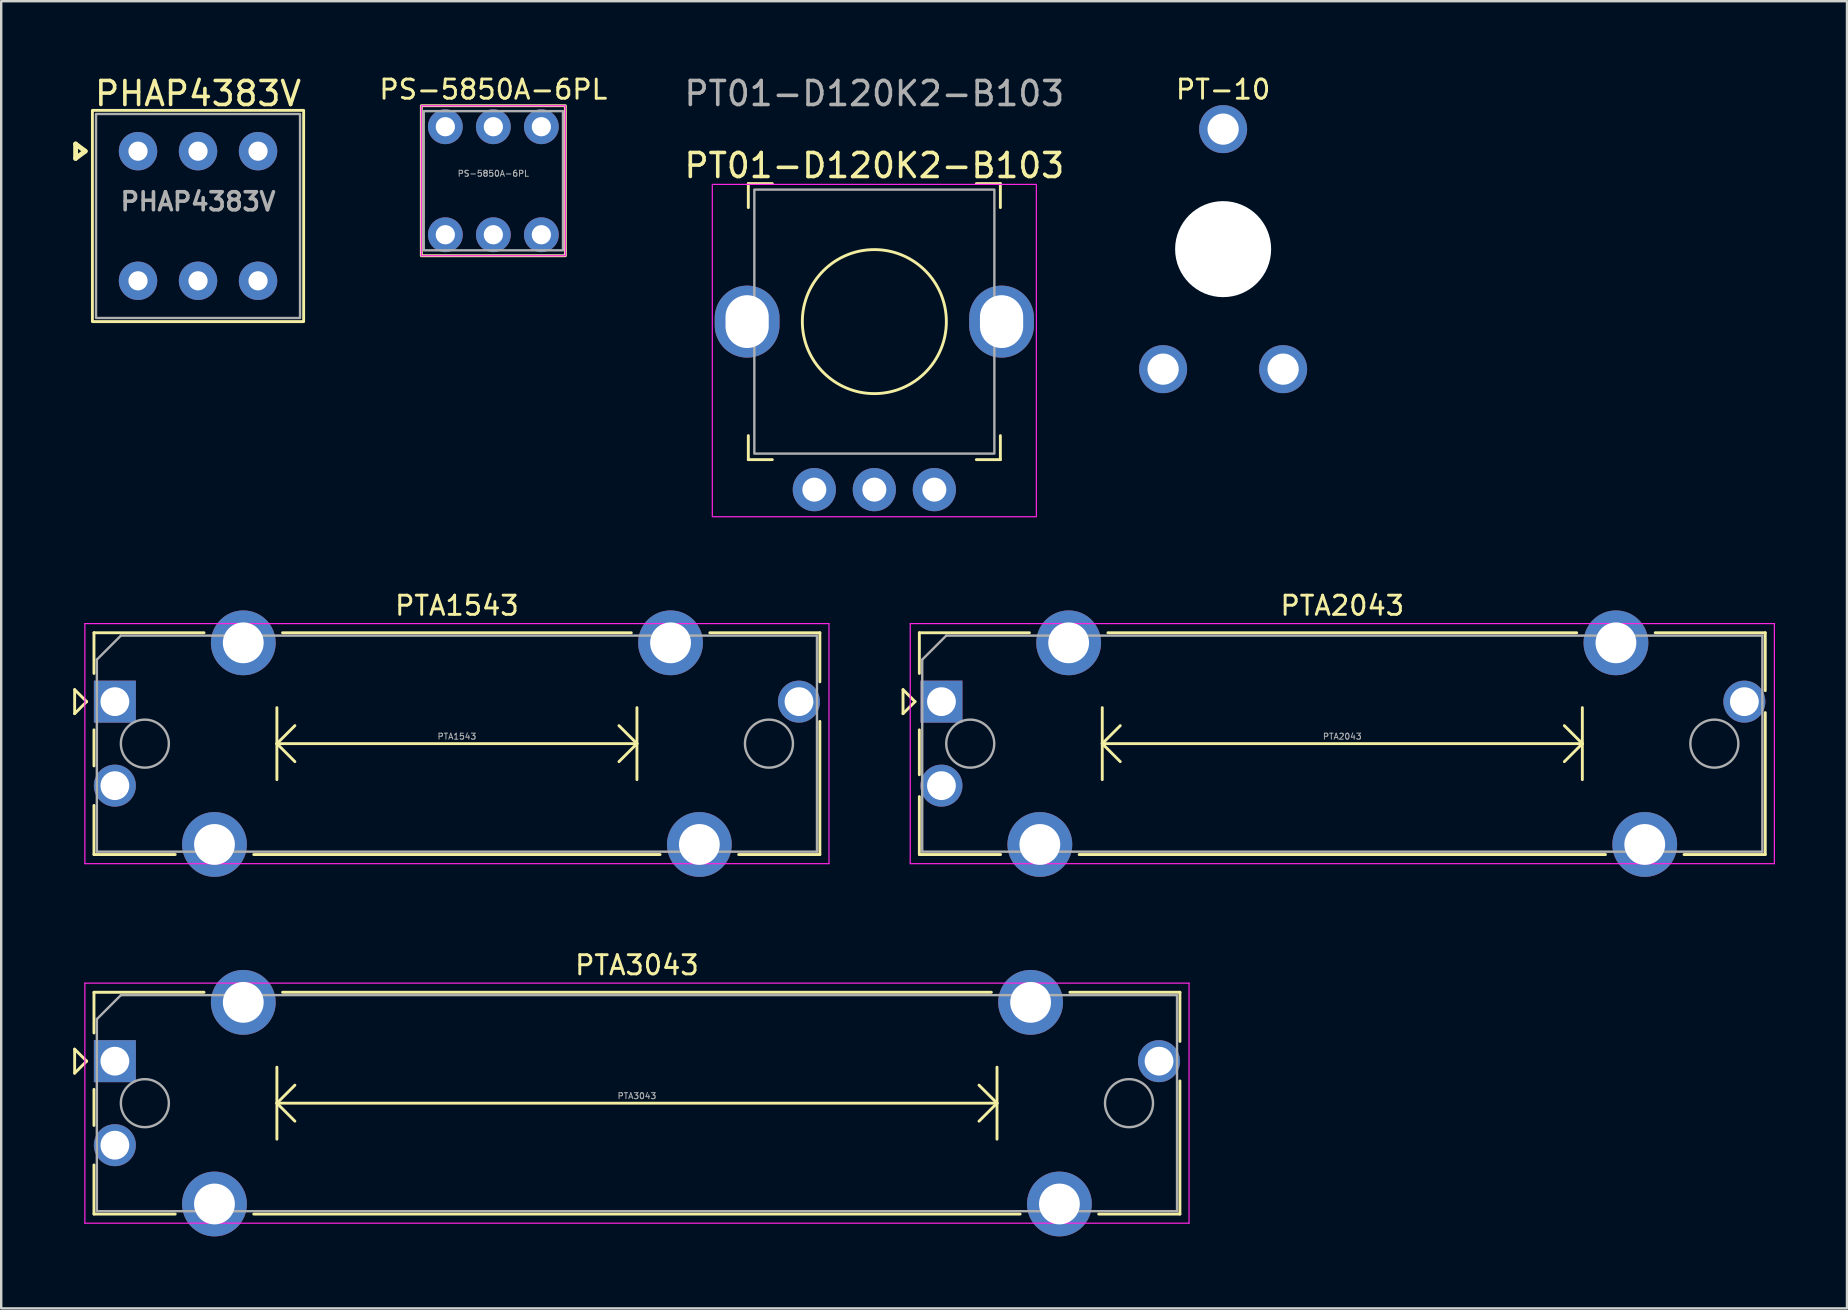
<source format=kicad_pcb>
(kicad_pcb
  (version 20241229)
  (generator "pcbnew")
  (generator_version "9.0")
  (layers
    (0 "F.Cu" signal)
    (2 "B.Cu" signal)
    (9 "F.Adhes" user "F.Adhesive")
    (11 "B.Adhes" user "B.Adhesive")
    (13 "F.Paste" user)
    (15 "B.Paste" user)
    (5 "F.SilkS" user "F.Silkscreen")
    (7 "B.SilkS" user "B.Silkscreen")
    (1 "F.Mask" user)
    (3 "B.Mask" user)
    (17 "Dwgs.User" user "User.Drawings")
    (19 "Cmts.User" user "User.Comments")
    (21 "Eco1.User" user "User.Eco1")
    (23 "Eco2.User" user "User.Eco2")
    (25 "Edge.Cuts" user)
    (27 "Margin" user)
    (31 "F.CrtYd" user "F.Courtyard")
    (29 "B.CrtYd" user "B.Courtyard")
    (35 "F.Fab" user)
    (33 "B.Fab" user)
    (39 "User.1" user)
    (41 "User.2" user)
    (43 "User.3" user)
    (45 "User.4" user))
  (footprint "PT01-D120K2-B103"
    (layer "F.Cu")
    (at 33.375 10.348)
    (property "Reference" "PT01-D120K2-B103" (at 0 -6.5 0) (unlocked yes) (layer "F.SilkS") (effects (font (size 1 1) (thickness 0.15))))
    (attr through_hole)
    (fp_line (start -5.25 -5.75) (end -4.25 -5.75) (stroke (width 0.12) (type solid)) (layer "F.SilkS"))
    (fp_line (start -5.25 -4.75) (end -5.25 -5.75) (stroke (width 0.12) (type solid)) (layer "F.SilkS"))
    (fp_line (start -5.25 5.75) (end -5.25 4.75) (stroke (width 0.12) (type solid)) (layer "F.SilkS"))
    (fp_line (start -4.25 5.75) (end -5.25 5.75) (stroke (width 0.12) (type solid)) (layer "F.SilkS"))
    (fp_line (start 4.25 -5.75) (end 5.25 -5.75) (stroke (width 0.12) (type solid)) (layer "F.SilkS"))
    (fp_line (start 5.25 -5.75) (end 5.25 -4.75) (stroke (width 0.12) (type solid)) (layer "F.SilkS"))
    (fp_line (start 5.25 4.75) (end 5.25 5.75) (stroke (width 0.12) (type solid)) (layer "F.SilkS"))
    (fp_line (start 5.25 5.75) (end 4.25 5.75) (stroke (width 0.12) (type solid)) (layer "F.SilkS"))
    (fp_circle (center 0 0) (end 3 0) (stroke (width 0.12) (type solid)) (fill no) (layer "F.SilkS"))
    (fp_rect (start -6.75 -5.715) (end 6.75 8.128) (stroke (width 0.05) (type solid)) (fill no) (layer "F.CrtYd"))
    (fp_rect (start -5 -5.5) (end 5 5.5) (stroke (width 0.1) (type solid)) (fill no) (layer "F.Fab"))
    (fp_text user "${REFERENCE}" (at 0 -9.5 0) (unlocked yes) (layer "F.Fab") (effects (font (size 1 1) (thickness 0.15))))
    (pad "0" thru_hole oval (at -5.3 0) (size 2.7 3) (drill oval 1.8 2.2) (layers "*.Cu" "*.Mask"))
    (pad "0" thru_hole oval (at 5.3 0) (size 2.7 3) (drill oval 1.8 2.2) (layers "*.Cu" "*.Mask"))
    (pad "1" thru_hole circle (at -2.5 7) (size 1.8 1.8) (drill 1) (layers "*.Cu" "*.Mask"))
    (pad "2" thru_hole circle (at 0 7) (size 1.8 1.8) (drill 1) (layers "*.Cu" "*.Mask"))
    (pad "3" thru_hole circle (at 2.5 7) (size 1.8 1.8) (drill 1) (layers "*.Cu" "*.Mask")))
  (footprint "PTA3043"
    (layer "F.Cu")
    (at 1.735 41.158)
    (property "Reference" "PTA3043" (at 21.75 -4 0) (layer "F.SilkS") (effects (font (size 0.8 0.8) (thickness 0.12))))
    (attr through_hole)
    (fp_line (start -1.675 -0.5) (end -1.675 0.5) (stroke (width 0.12) (type solid)) (layer "F.SilkS"))
    (fp_line (start -1.675 0.5) (end -1.175 0) (stroke (width 0.12) (type solid)) (layer "F.SilkS"))
    (fp_line (start -1.175 0) (end -1.675 -0.5) (stroke (width 0.12) (type solid)) (layer "F.SilkS"))
    (fp_line (start -0.87 -2.87) (end -0.87 -1.175) (stroke (width 0.12) (type solid)) (layer "F.SilkS"))
    (fp_line (start -0.87 -2.87) (end 3.715 -2.87) (stroke (width 0.12) (type solid)) (layer "F.SilkS"))
    (fp_line (start -0.87 1.175) (end -0.87 2.678) (stroke (width 0.12) (type solid)) (layer "F.SilkS"))
    (fp_line (start -0.87 4.323) (end -0.87 6.37) (stroke (width 0.12) (type solid)) (layer "F.SilkS"))
    (fp_line (start -0.87 6.37) (end 2.515 6.37) (stroke (width 0.12) (type solid)) (layer "F.SilkS"))
    (fp_line (start 5.786 6.37) (end 37.715 6.37) (stroke (width 0.12) (type solid)) (layer "F.SilkS"))
    (fp_line (start 6.75 0.25) (end 6.75 3.25) (stroke (width 0.12) (type solid)) (layer "F.SilkS"))
    (fp_line (start 6.75 1.75) (end 7.5 2.5) (stroke (width 0.12) (type solid)) (layer "F.SilkS"))
    (fp_line (start 6.75 1.75) (end 36.75 1.75) (stroke (width 0.12) (type solid)) (layer "F.SilkS"))
    (fp_line (start 6.986 -2.87) (end 36.515 -2.87) (stroke (width 0.12) (type solid)) (layer "F.SilkS"))
    (fp_line (start 7.5 1) (end 6.75 1.75) (stroke (width 0.12) (type solid)) (layer "F.SilkS"))
    (fp_line (start 36 1) (end 36.75 1.75) (stroke (width 0.12) (type solid)) (layer "F.SilkS"))
    (fp_line (start 36.75 0.25) (end 36.75 3.25) (stroke (width 0.12) (type solid)) (layer "F.SilkS"))
    (fp_line (start 36.75 1.75) (end 36 2.5) (stroke (width 0.12) (type solid)) (layer "F.SilkS"))
    (fp_line (start 39.786 -2.87) (end 44.37 -2.87) (stroke (width 0.12) (type solid)) (layer "F.SilkS"))
    (fp_line (start 40.986 6.37) (end 44.37 6.37) (stroke (width 0.12) (type solid)) (layer "F.SilkS"))
    (fp_line (start 44.37 -2.87) (end 44.37 -0.823) (stroke (width 0.12) (type solid)) (layer "F.SilkS"))
    (fp_line (start 44.37 0.823) (end 44.37 6.37) (stroke (width 0.12) (type solid)) (layer "F.SilkS"))
    (fp_line (start -1.25 -3.25) (end -1.25 6.75) (stroke (width 0.05) (type solid)) (layer "F.CrtYd"))
    (fp_line (start -1.25 6.75) (end 44.75 6.75) (stroke (width 0.05) (type solid)) (layer "F.CrtYd"))
    (fp_line (start 44.75 -3.25) (end -1.25 -3.25) (stroke (width 0.05) (type solid)) (layer "F.CrtYd"))
    (fp_line (start 44.75 6.75) (end 44.75 -3.25) (stroke (width 0.05) (type solid)) (layer "F.CrtYd"))
    (fp_line (start -0.75 -1.75) (end 0.25 -2.75) (stroke (width 0.1) (type solid)) (layer "F.Fab"))
    (fp_line (start -0.75 6.25) (end -0.75 -1.75) (stroke (width 0.1) (type solid)) (layer "F.Fab"))
    (fp_line (start 0.25 -2.75) (end 44.25 -2.75) (stroke (width 0.1) (type solid)) (layer "F.Fab"))
    (fp_line (start 44.25 -2.75) (end 44.25 6.25) (stroke (width 0.1) (type solid)) (layer "F.Fab"))
    (fp_line (start 44.25 6.25) (end -0.75 6.25) (stroke (width 0.1) (type solid)) (layer "F.Fab"))
    (fp_circle (center 1.25 1.75) (end 2.25 1.75) (stroke (width 0.1) (type solid)) (fill no) (layer "F.Fab"))
    (fp_circle (center 42.25 1.75) (end 43.25 1.75) (stroke (width 0.1) (type solid)) (fill no) (layer "F.Fab"))
    (fp_text user "${REFERENCE}" (at 21.75 1.45 0) (layer "F.Fab") (effects (font (size 0.25 0.25) (thickness 0.04))))
    (pad "1" thru_hole rect (at 0 0) (size 1.75 1.75) (drill 1.2) (layers "*.Cu" "*.Mask"))
    (pad "2" thru_hole circle (at 0 3.5) (size 1.75 1.75) (drill 1.2) (layers "*.Cu" "*.Mask"))
    (pad "3" thru_hole circle (at 43.5 0) (size 1.75 1.75) (drill 1.2) (layers "*.Cu" "*.Mask"))
    (pad "MP" thru_hole circle (at 4.15 5.95) (size 2.7 2.7) (drill 1.7) (layers "*.Cu" "*.Mask"))
    (pad "MP" thru_hole circle (at 5.35 -2.45) (size 2.7 2.7) (drill 1.7) (layers "*.Cu" "*.Mask"))
    (pad "MP" thru_hole circle (at 38.15 -2.45) (size 2.7 2.7) (drill 1.7) (layers "*.Cu" "*.Mask"))
    (pad "MP" thru_hole circle (at 39.35 5.95) (size 2.7 2.7) (drill 1.7) (layers "*.Cu" "*.Mask")))
  (footprint "PHAP4383V"
    (layer "F.Cu")
    (at 5.2 5.948)
    (property "Reference" "PHAP4383V" (at 0 -5.1 0) (unlocked yes) (layer "F.SilkS") (effects (font (size 1 1) (thickness 0.15))))
    (attr through_hole)
    (fp_line (start -5.1 -3) (end -5.1 -2.4) (stroke (width 0.2) (type solid)) (layer "F.SilkS"))
    (fp_line (start -5.1 -2.4) (end -4.7 -2.7) (stroke (width 0.2) (type solid)) (layer "F.SilkS"))
    (fp_line (start -4.7 -2.7) (end -5.1 -3) (stroke (width 0.2) (type solid)) (layer "F.SilkS"))
    (fp_rect (start -4.4 -4.4) (end 4.4 4.4) (stroke (width 0.12) (type solid)) (fill no) (layer "F.SilkS"))
    (fp_rect (start -4.25 -4.25) (end 4.25 4.25) (stroke (width 0.1) (type solid)) (fill no) (layer "F.Fab"))
    (fp_text user "${REFERENCE}" (at 0 -0.6 0) (unlocked yes) (layer "F.Fab") (effects (font (size 0.75 0.75) (thickness 0.15))))
    (pad "1" thru_hole circle (at -2.5 -2.7) (size 1.6 1.6) (drill 0.8) (layers "*.Cu" "*.Mask"))
    (pad "2" thru_hole circle (at 0 -2.7) (size 1.6 1.6) (drill 0.8) (layers "*.Cu" "*.Mask"))
    (pad "3" thru_hole circle (at 2.5 -2.7) (size 1.6 1.6) (drill 0.8) (layers "*.Cu" "*.Mask"))
    (pad "4" thru_hole circle (at -2.5 2.7) (size 1.6 1.6) (drill 0.8) (layers "*.Cu" "*.Mask"))
    (pad "5" thru_hole circle (at 0 2.7) (size 1.6 1.6) (drill 0.8) (layers "*.Cu" "*.Mask"))
    (pad "6" thru_hole circle (at 2.5 2.7) (size 1.6 1.6) (drill 0.8) (layers "*.Cu" "*.Mask")))
  (footprint "PT-10"
    (layer "F.Cu")
    (at 47.905 7.329)
    (property "Reference" "PT-10" (at 0 -6.65 0) (unlocked yes) (layer "F.SilkS") (effects (font (size 0.8 0.8) (thickness 0.12))))
    (attr through_hole)
    (fp_text user "${REFERENCE}" (at 0 -0.25 0) (unlocked yes) (layer "F.Fab") (effects (font (size 0.25 0.25) (thickness 0.04))))
    (pad "" np_thru_hole circle (at 0 0) (size 4 4) (drill 4) (layers "*.Cu" "*.Mask"))
    (pad "1" thru_hole circle (at -2.5 5) (size 2 2) (drill 1.3) (layers "*.Cu" "*.Mask"))
    (pad "2" thru_hole circle (at 0 -5) (size 2 2) (drill 1.3) (layers "*.Cu" "*.Mask"))
    (pad "3" thru_hole circle (at 2.5 5) (size 2 2) (drill 1.3) (layers "*.Cu" "*.Mask")))
  (footprint "PTA2043"
    (layer "F.Cu")
    (at 36.37 26.18)
    (property "Reference" "PTA2043" (at 16.5 -4 0) (layer "F.SilkS") (effects (font (size 0.8 0.8) (thickness 0.12))))
    (attr through_hole)
    (fp_line (start -1.8 -0.5) (end -1.8 0.5) (stroke (width 0.12) (type solid)) (layer "F.SilkS"))
    (fp_line (start -1.8 0.5) (end -1.3 0) (stroke (width 0.12) (type solid)) (layer "F.SilkS"))
    (fp_line (start -1.3 0) (end -1.8 -0.5) (stroke (width 0.12) (type solid)) (layer "F.SilkS"))
    (fp_line (start -1.12 -2.87) (end -1.12 -1.175) (stroke (width 0.12) (type solid)) (layer "F.SilkS"))
    (fp_line (start -1.12 -2.87) (end 3.465 -2.87) (stroke (width 0.12) (type solid)) (layer "F.SilkS"))
    (fp_line (start -1.12 1.175) (end -1.12 3.045) (stroke (width 0.12) (type solid)) (layer "F.SilkS"))
    (fp_line (start -1.12 3.956) (end -1.12 6.37) (stroke (width 0.12) (type solid)) (layer "F.SilkS"))
    (fp_line (start -1.12 6.37) (end 2.265 6.37) (stroke (width 0.12) (type solid)) (layer "F.SilkS"))
    (fp_line (start 5.536 6.37) (end 27.465 6.37) (stroke (width 0.12) (type solid)) (layer "F.SilkS"))
    (fp_line (start 6.5 0.25) (end 6.5 3.25) (stroke (width 0.12) (type solid)) (layer "F.SilkS"))
    (fp_line (start 6.5 1.75) (end 7.25 2.5) (stroke (width 0.12) (type solid)) (layer "F.SilkS"))
    (fp_line (start 6.5 1.75) (end 26.5 1.75) (stroke (width 0.12) (type solid)) (layer "F.SilkS"))
    (fp_line (start 6.736 -2.87) (end 26.265 -2.87) (stroke (width 0.12) (type solid)) (layer "F.SilkS"))
    (fp_line (start 7.25 1) (end 6.5 1.75) (stroke (width 0.12) (type solid)) (layer "F.SilkS"))
    (fp_line (start 25.75 1) (end 26.5 1.75) (stroke (width 0.12) (type solid)) (layer "F.SilkS"))
    (fp_line (start 26.5 0.25) (end 26.5 3.25) (stroke (width 0.12) (type solid)) (layer "F.SilkS"))
    (fp_line (start 26.5 1.75) (end 25.75 2.5) (stroke (width 0.12) (type solid)) (layer "F.SilkS"))
    (fp_line (start 29.536 -2.87) (end 34.12 -2.87) (stroke (width 0.12) (type solid)) (layer "F.SilkS"))
    (fp_line (start 30.736 6.37) (end 34.12 6.37) (stroke (width 0.12) (type solid)) (layer "F.SilkS"))
    (fp_line (start 34.12 -2.87) (end 34.12 -0.456) (stroke (width 0.12) (type solid)) (layer "F.SilkS"))
    (fp_line (start 34.12 0.456) (end 34.12 6.37) (stroke (width 0.12) (type solid)) (layer "F.SilkS"))
    (fp_line (start -1.5 -3.25) (end -1.5 6.75) (stroke (width 0.05) (type solid)) (layer "F.CrtYd"))
    (fp_line (start -1.5 6.75) (end 34.5 6.75) (stroke (width 0.05) (type solid)) (layer "F.CrtYd"))
    (fp_line (start 34.5 -3.25) (end -1.5 -3.25) (stroke (width 0.05) (type solid)) (layer "F.CrtYd"))
    (fp_line (start 34.5 6.75) (end 34.5 -3.25) (stroke (width 0.05) (type solid)) (layer "F.CrtYd"))
    (fp_line (start -1 -1.75) (end 0 -2.75) (stroke (width 0.1) (type solid)) (layer "F.Fab"))
    (fp_line (start -1 6.25) (end -1 -1.75) (stroke (width 0.1) (type solid)) (layer "F.Fab"))
    (fp_line (start 0 -2.75) (end 34 -2.75) (stroke (width 0.1) (type solid)) (layer "F.Fab"))
    (fp_line (start 34 -2.75) (end 34 6.25) (stroke (width 0.1) (type solid)) (layer "F.Fab"))
    (fp_line (start 34 6.25) (end -1 6.25) (stroke (width 0.1) (type solid)) (layer "F.Fab"))
    (fp_circle (center 1 1.75) (end 2 1.75) (stroke (width 0.1) (type solid)) (fill no) (layer "F.Fab"))
    (fp_circle (center 32 1.75) (end 33 1.75) (stroke (width 0.1) (type solid)) (fill no) (layer "F.Fab"))
    (fp_text user "${REFERENCE}" (at 16.5 1.45 0) (layer "F.Fab") (effects (font (size 0.25 0.25) (thickness 0.04))))
    (pad "1" thru_hole rect (at -0.2 0) (size 1.75 1.75) (drill 1.2) (layers "*.Cu" "*.Mask"))
    (pad "2" thru_hole circle (at -0.2 3.5) (size 1.75 1.75) (drill 1.2) (layers "*.Cu" "*.Mask"))
    (pad "3" thru_hole circle (at 33.25 0) (size 1.75 1.75) (drill 1.2) (layers "*.Cu" "*.Mask"))
    (pad "MP" thru_hole circle (at 3.9 5.95) (size 2.7 2.7) (drill 1.7) (layers "*.Cu" "*.Mask"))
    (pad "MP" thru_hole circle (at 5.1 -2.45) (size 2.7 2.7) (drill 1.7) (layers "*.Cu" "*.Mask"))
    (pad "MP" thru_hole circle (at 27.9 -2.45) (size 2.7 2.7) (drill 1.7) (layers "*.Cu" "*.Mask"))
    (pad "MP" thru_hole circle (at 29.1 5.95) (size 2.7 2.7) (drill 1.7) (layers "*.Cu" "*.Mask")))
  (footprint "PS-5850A-6PL"
    (layer "F.Cu")
    (at 17.503 4.479)
    (property "Reference" "PS-5850A-6PL" (at 0 -3.8 0) (unlocked yes) (layer "F.SilkS") (effects (font (size 0.8 0.8) (thickness 0.12))))
    (attr through_hole)
    (fp_rect (start -3 -3.125) (end 3 3.125) (stroke (width 0.12) (type default)) (fill no) (layer "F.SilkS"))
    (fp_rect (start -3 -3.125) (end 3 3.125) (stroke (width 0.05) (type default)) (fill no) (layer "F.CrtYd"))
    (fp_rect (start -2.9 -2.9) (end 2.9 2.9) (stroke (width 0.1) (type default)) (fill no) (layer "F.Fab"))
    (fp_text user "${REFERENCE}" (at 0 -0.3 0) (unlocked yes) (layer "F.Fab") (effects (font (size 0.25 0.25) (thickness 0.04))))
    (pad "1" thru_hole circle (at -2 2.25) (size 1.45 1.45) (drill 0.8) (layers "*.Cu" "*.Mask"))
    (pad "2" thru_hole circle (at 0 2.25) (size 1.45 1.45) (drill 0.8) (layers "*.Cu" "*.Mask"))
    (pad "3" thru_hole circle (at 2 2.25) (size 1.45 1.45) (drill 0.8) (layers "*.Cu" "*.Mask"))
    (pad "4" thru_hole circle (at -2 -2.25) (size 1.45 1.45) (drill 0.8) (layers "*.Cu" "*.Mask"))
    (pad "5" thru_hole circle (at 0 -2.25) (size 1.45 1.45) (drill 0.8) (layers "*.Cu" "*.Mask"))
    (pad "6" thru_hole circle (at 2 -2.25) (size 1.45 1.45) (drill 0.8) (layers "*.Cu" "*.Mask")))
  (footprint "PTA1543"
    (layer "F.Cu")
    (at 1.735 26.18)
    (property "Reference" "PTA1543" (at 14.25 -4 0) (layer "F.SilkS") (effects (font (size 0.8 0.8) (thickness 0.12))))
    (attr through_hole)
    (fp_line (start -1.675 -0.5) (end -1.675 0.5) (stroke (width 0.12) (type solid)) (layer "F.SilkS"))
    (fp_line (start -1.675 0.5) (end -1.175 0) (stroke (width 0.12) (type solid)) (layer "F.SilkS"))
    (fp_line (start -1.175 0) (end -1.675 -0.5) (stroke (width 0.12) (type solid)) (layer "F.SilkS"))
    (fp_line (start -0.87 -2.87) (end -0.87 -1.175) (stroke (width 0.12) (type solid)) (layer "F.SilkS"))
    (fp_line (start -0.87 -2.87) (end 3.715 -2.87) (stroke (width 0.12) (type solid)) (layer "F.SilkS"))
    (fp_line (start -0.87 1.175) (end -0.87 2.678) (stroke (width 0.12) (type solid)) (layer "F.SilkS"))
    (fp_line (start -0.87 4.323) (end -0.87 6.37) (stroke (width 0.12) (type solid)) (layer "F.SilkS"))
    (fp_line (start -0.87 6.37) (end 2.515 6.37) (stroke (width 0.12) (type solid)) (layer "F.SilkS"))
    (fp_line (start 5.786 6.37) (end 22.715 6.37) (stroke (width 0.12) (type solid)) (layer "F.SilkS"))
    (fp_line (start 6.75 0.25) (end 6.75 3.25) (stroke (width 0.12) (type solid)) (layer "F.SilkS"))
    (fp_line (start 6.75 1.75) (end 7.5 2.5) (stroke (width 0.12) (type solid)) (layer "F.SilkS"))
    (fp_line (start 6.75 1.75) (end 21.75 1.75) (stroke (width 0.12) (type solid)) (layer "F.SilkS"))
    (fp_line (start 6.986 -2.87) (end 21.515 -2.87) (stroke (width 0.12) (type solid)) (layer "F.SilkS"))
    (fp_line (start 7.5 1) (end 6.75 1.75) (stroke (width 0.12) (type solid)) (layer "F.SilkS"))
    (fp_line (start 21 1) (end 21.75 1.75) (stroke (width 0.12) (type solid)) (layer "F.SilkS"))
    (fp_line (start 21.75 0.25) (end 21.75 3.25) (stroke (width 0.12) (type solid)) (layer "F.SilkS"))
    (fp_line (start 21.75 1.75) (end 21 2.5) (stroke (width 0.12) (type solid)) (layer "F.SilkS"))
    (fp_line (start 24.786 -2.87) (end 29.37 -2.87) (stroke (width 0.12) (type solid)) (layer "F.SilkS"))
    (fp_line (start 25.986 6.37) (end 29.37 6.37) (stroke (width 0.12) (type solid)) (layer "F.SilkS"))
    (fp_line (start 29.37 -2.87) (end 29.37 -0.823) (stroke (width 0.12) (type solid)) (layer "F.SilkS"))
    (fp_line (start 29.37 0.823) (end 29.37 6.37) (stroke (width 0.12) (type solid)) (layer "F.SilkS"))
    (fp_line (start -1.25 -3.25) (end -1.25 6.75) (stroke (width 0.05) (type solid)) (layer "F.CrtYd"))
    (fp_line (start -1.25 6.75) (end 29.75 6.75) (stroke (width 0.05) (type solid)) (layer "F.CrtYd"))
    (fp_line (start 29.75 -3.25) (end -1.25 -3.25) (stroke (width 0.05) (type solid)) (layer "F.CrtYd"))
    (fp_line (start 29.75 6.75) (end 29.75 -3.25) (stroke (width 0.05) (type solid)) (layer "F.CrtYd"))
    (fp_line (start -0.75 -1.75) (end 0.25 -2.75) (stroke (width 0.1) (type solid)) (layer "F.Fab"))
    (fp_line (start -0.75 6.25) (end -0.75 -1.75) (stroke (width 0.1) (type solid)) (layer "F.Fab"))
    (fp_line (start 0.25 -2.75) (end 29.25 -2.75) (stroke (width 0.1) (type solid)) (layer "F.Fab"))
    (fp_line (start 29.25 -2.75) (end 29.25 6.25) (stroke (width 0.1) (type solid)) (layer "F.Fab"))
    (fp_line (start 29.25 6.25) (end -0.75 6.25) (stroke (width 0.1) (type solid)) (layer "F.Fab"))
    (fp_circle (center 1.25 1.75) (end 2.25 1.75) (stroke (width 0.1) (type solid)) (fill no) (layer "F.Fab"))
    (fp_circle (center 27.25 1.75) (end 28.25 1.75) (stroke (width 0.1) (type solid)) (fill no) (layer "F.Fab"))
    (fp_text user "${REFERENCE}" (at 14.25 1.45 0) (layer "F.Fab") (effects (font (size 0.25 0.25) (thickness 0.04))))
    (pad "1" thru_hole rect (at 0 0) (size 1.75 1.75) (drill 1.2) (layers "*.Cu" "*.Mask"))
    (pad "2" thru_hole circle (at 0 3.5) (size 1.75 1.75) (drill 1.2) (layers "*.Cu" "*.Mask"))
    (pad "3" thru_hole circle (at 28.5 0) (size 1.75 1.75) (drill 1.2) (layers "*.Cu" "*.Mask"))
    (pad "MP" thru_hole circle (at 4.15 5.95) (size 2.7 2.7) (drill 1.7) (layers "*.Cu" "*.Mask"))
    (pad "MP" thru_hole circle (at 5.35 -2.45) (size 2.7 2.7) (drill 1.7) (layers "*.Cu" "*.Mask"))
    (pad "MP" thru_hole circle (at 23.15 -2.45) (size 2.7 2.7) (drill 1.7) (layers "*.Cu" "*.Mask"))
    (pad "MP" thru_hole circle (at 24.35 5.95) (size 2.7 2.7) (drill 1.7) (layers "*.Cu" "*.Mask")))
  (gr_rect
    (start -3 -3)
    (end 73.895 51.458)
    (stroke (width 0.1) (type default))
    (fill no)
    (layer "Edge.Cuts")))
</source>
